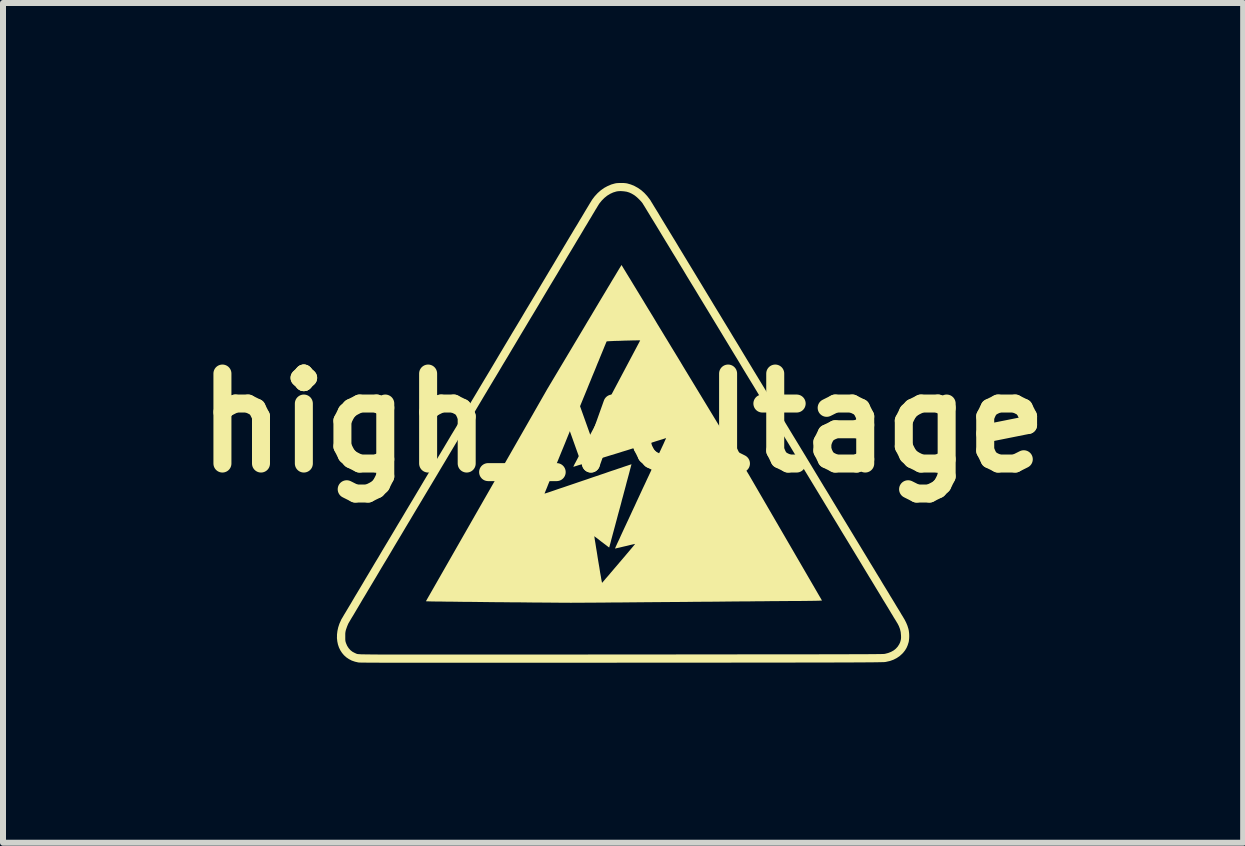
<source format=kicad_pcb>
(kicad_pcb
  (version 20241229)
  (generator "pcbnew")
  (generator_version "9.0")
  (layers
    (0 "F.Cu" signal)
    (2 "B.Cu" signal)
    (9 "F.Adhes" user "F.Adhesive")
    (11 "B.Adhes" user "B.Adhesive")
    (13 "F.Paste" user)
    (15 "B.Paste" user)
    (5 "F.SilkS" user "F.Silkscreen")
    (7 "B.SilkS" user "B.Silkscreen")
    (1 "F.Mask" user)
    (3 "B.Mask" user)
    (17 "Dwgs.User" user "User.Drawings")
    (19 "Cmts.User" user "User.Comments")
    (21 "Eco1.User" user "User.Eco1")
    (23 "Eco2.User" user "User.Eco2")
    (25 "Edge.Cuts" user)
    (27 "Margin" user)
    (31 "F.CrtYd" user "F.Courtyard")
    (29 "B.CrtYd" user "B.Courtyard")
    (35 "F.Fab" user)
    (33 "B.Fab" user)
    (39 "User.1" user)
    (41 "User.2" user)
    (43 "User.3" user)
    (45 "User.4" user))
  (footprint "high_voltage"
    (layer "F.Cu")
    (at 7.336 3.998)
    (property "Reference" "high_voltage" (at 0 0 0) (layer "F.SilkS") (effects (font (size 1.5 1.5) (thickness 0.3))))
    (attr board_only exclude_from_pos_files exclude_from_bom)
    (fp_poly (pts (xy -0.024 -2.627) (xy -0.018 -2.617) (xy -0.008 -2.601) (xy 0.005 -2.579) (xy 0.022 -2.551) (xy 0.043 -2.517) (xy 0.067 -2.477) (xy 0.094 -2.433) (xy 0.125 -2.383) (xy 0.158 -2.328) (xy 0.194 -2.269) (xy 0.233 -2.205) (xy 0.275 -2.136) (xy 0.319 -2.064) (xy 0.365 -1.988) (xy 0.414 -1.907) (xy 0.465 -1.824) (xy 0.518 -1.737) (xy 0.572 -1.646) (xy 0.629 -1.553) (xy 0.687 -1.457) (xy 0.747 -1.359) (xy 0.808 -1.258) (xy 0.871 -1.155) (xy 0.935 -1.05) (xy 0.999 -0.943) (xy 1.036 -0.882) (xy 2.097 0.866) (xy 2.706 1.914) (xy 3.315 2.962) (xy 3.27 2.964) (xy 3.259 2.965) (xy 3.241 2.965) (xy 3.216 2.966) (xy 3.186 2.966) (xy 3.151 2.967) (xy 3.111 2.967) (xy 3.067 2.968) (xy 3.019 2.968) (xy 2.97 2.969) (xy 2.918 2.969) (xy 2.874 2.969) (xy 2.819 2.97) (xy 2.757 2.97) (xy 2.69 2.971) (xy 2.618 2.971) (xy 2.543 2.972) (xy 2.467 2.972) (xy 2.389 2.973) (xy 2.312 2.974) (xy 2.237 2.974) (xy 2.165 2.975) (xy 2.096 2.976) (xy 2.082 2.976) (xy 1.889 2.977) (xy 1.704 2.979) (xy 1.527 2.981) (xy 1.357 2.982) (xy 1.194 2.983) (xy 1.038 2.985) (xy 0.89 2.986) (xy 0.748 2.987) (xy 0.613 2.988) (xy 0.484 2.989) (xy 0.362 2.99) (xy 0.247 2.991) (xy 0.137 2.992) (xy 0.034 2.993) (xy -0.064 2.994) (xy -0.155 2.994) (xy -0.242 2.995) (xy -0.322 2.996) (xy -0.397 2.996) (xy -0.467 2.997) (xy -0.532 2.997) (xy -0.592 2.997) (xy -0.648 2.998) (xy -0.698 2.998) (xy -0.744 2.998) (xy -0.785 2.998) (xy -0.823 2.998) (xy -0.856 2.999) (xy -0.885 2.999) (xy -0.907 2.998) (xy -0.937 2.998) (xy -0.974 2.998) (xy -1.018 2.998) (xy -1.068 2.998) (xy -1.124 2.997) (xy -1.186 2.997) (xy -1.253 2.996) (xy -1.324 2.996) (xy -1.399 2.995) (xy -1.478 2.995) (xy -1.559 2.994) (xy -1.644 2.993) (xy -1.73 2.992) (xy -1.818 2.992) (xy -1.907 2.991) (xy -1.997 2.99) (xy -2.087 2.989) (xy -2.139 2.989) (xy -2.226 2.988) (xy -2.312 2.987) (xy -2.396 2.986) (xy -2.478 2.985) (xy -2.558 2.984) (xy -2.634 2.984) (xy -2.708 2.983) (xy -2.778 2.982) (xy -2.843 2.981) (xy -2.905 2.981) (xy -2.961 2.98) (xy -3.013 2.979) (xy -3.059 2.979) (xy -3.099 2.978) (xy -3.132 2.978) (xy -3.159 2.977) (xy -3.179 2.977) (xy -3.191 2.977) (xy -3.287 2.974) (xy -2.275 1.204) (xy -2.261 1.18) (xy -1.31 1.18) (xy -1.306 1.179) (xy -1.295 1.175) (xy -1.277 1.17) (xy -1.253 1.162) (xy -1.223 1.152) (xy -1.188 1.14) (xy -1.147 1.126) (xy -1.101 1.11) (xy -1.051 1.093) (xy -0.996 1.075) (xy -0.938 1.055) (xy -0.876 1.034) (xy -0.811 1.012) (xy -0.744 0.989) (xy -0.673 0.965) (xy -0.601 0.941) (xy -0.584 0.935) (xy -0.512 0.91) (xy -0.441 0.886) (xy -0.373 0.863) (xy -0.307 0.841) (xy -0.245 0.819) (xy -0.186 0.799) (xy -0.13 0.781) (xy -0.079 0.763) (xy -0.032 0.748) (xy 0.01 0.733) (xy 0.046 0.721) (xy 0.077 0.711) (xy 0.103 0.702) (xy 0.122 0.696) (xy 0.134 0.692) (xy 0.14 0.69) (xy 0.14 0.69) (xy 0.139 0.694) (xy 0.136 0.704) (xy 0.131 0.722) (xy 0.125 0.746) (xy 0.117 0.775) (xy 0.108 0.81) (xy 0.098 0.849) (xy 0.086 0.893) (xy 0.073 0.941) (xy 0.059 0.992) (xy 0.045 1.047) (xy 0.03 1.103) (xy 0.014 1.162) (xy -0.002 1.223) (xy -0.019 1.284) (xy -0.035 1.347) (xy -0.052 1.41) (xy -0.069 1.472) (xy -0.086 1.534) (xy -0.102 1.595) (xy -0.118 1.654) (xy -0.133 1.711) (xy -0.148 1.766) (xy -0.162 1.818) (xy -0.175 1.866) (xy -0.187 1.911) (xy -0.198 1.951) (xy -0.207 1.987) (xy -0.215 2.017) (xy -0.222 2.042) (xy -0.227 2.06) (xy -0.23 2.072) (xy -0.232 2.077) (xy -0.235 2.076) (xy -0.244 2.07) (xy -0.257 2.06) (xy -0.275 2.046) (xy -0.296 2.03) (xy -0.32 2.012) (xy -0.346 1.992) (xy -0.356 1.985) (xy -0.383 1.964) (xy -0.408 1.944) (xy -0.43 1.927) (xy -0.449 1.913) (xy -0.464 1.902) (xy -0.474 1.894) (xy -0.48 1.89) (xy -0.48 1.89) (xy -0.48 1.894) (xy -0.478 1.905) (xy -0.475 1.923) (xy -0.472 1.947) (xy -0.467 1.977) (xy -0.461 2.012) (xy -0.455 2.051) (xy -0.448 2.095) (xy -0.44 2.142) (xy -0.432 2.192) (xy -0.424 2.245) (xy -0.418 2.281) (xy -0.407 2.347) (xy -0.397 2.405) (xy -0.389 2.456) (xy -0.382 2.501) (xy -0.375 2.539) (xy -0.369 2.571) (xy -0.365 2.598) (xy -0.361 2.62) (xy -0.357 2.637) (xy -0.355 2.65) (xy -0.353 2.659) (xy -0.351 2.664) (xy -0.35 2.666) (xy -0.349 2.666) (xy -0.346 2.662) (xy -0.338 2.653) (xy -0.326 2.639) (xy -0.31 2.62) (xy -0.29 2.596) (xy -0.266 2.569) (xy -0.239 2.538) (xy -0.21 2.503) (xy -0.178 2.466) (xy -0.145 2.427) (xy -0.109 2.385) (xy -0.072 2.342) (xy -0.071 2.34) (xy -0.034 2.297) (xy 0.001 2.256) (xy 0.035 2.216) (xy 0.066 2.179) (xy 0.095 2.145) (xy 0.121 2.114) (xy 0.144 2.087) (xy 0.163 2.064) (xy 0.179 2.045) (xy 0.19 2.031) (xy 0.197 2.022) (xy 0.2 2.018) (xy 0.2 2.018) (xy 0.195 2.019) (xy 0.184 2.021) (xy 0.167 2.025) (xy 0.144 2.03) (xy 0.118 2.036) (xy 0.087 2.044) (xy 0.054 2.052) (xy 0.031 2.057) (xy -0.003 2.065) (xy -0.036 2.073) (xy -0.065 2.08) (xy -0.09 2.085) (xy -0.11 2.09) (xy -0.125 2.093) (xy -0.134 2.095) (xy -0.135 2.095) (xy -0.134 2.091) (xy -0.129 2.081) (xy -0.122 2.064) (xy -0.111 2.04) (xy -0.098 2.011) (xy -0.082 1.977) (xy -0.063 1.937) (xy -0.043 1.892) (xy -0.02 1.842) (xy 0.005 1.788) (xy 0.032 1.73) (xy 0.061 1.668) (xy 0.092 1.602) (xy 0.124 1.533) (xy 0.157 1.461) (xy 0.192 1.387) (xy 0.227 1.31) (xy 0.264 1.231) (xy 0.289 1.177) (xy 0.326 1.097) (xy 0.363 1.019) (xy 0.398 0.943) (xy 0.433 0.869) (xy 0.466 0.798) (xy 0.497 0.73) (xy 0.527 0.666) (xy 0.555 0.605) (xy 0.582 0.548) (xy 0.606 0.495) (xy 0.629 0.446) (xy 0.649 0.403) (xy 0.667 0.365) (xy 0.682 0.332) (xy 0.694 0.304) (xy 0.704 0.283) (xy 0.711 0.268) (xy 0.715 0.26) (xy 0.716 0.258) (xy 0.713 0.255) (xy 0.712 0.256) (xy 0.708 0.257) (xy 0.697 0.26) (xy 0.679 0.266) (xy 0.655 0.274) (xy 0.625 0.283) (xy 0.589 0.294) (xy 0.547 0.307) (xy 0.501 0.322) (xy 0.45 0.338) (xy 0.394 0.355) (xy 0.335 0.373) (xy 0.272 0.393) (xy 0.206 0.413) (xy 0.137 0.434) (xy 0.065 0.457) (xy -0.008 0.479) (xy -0.051 0.493) (xy -0.126 0.516) (xy -0.199 0.538) (xy -0.27 0.56) (xy -0.338 0.581) (xy -0.403 0.601) (xy -0.465 0.621) (xy -0.523 0.638) (xy -0.577 0.655) (xy -0.627 0.671) (xy -0.672 0.684) (xy -0.711 0.697) (xy -0.746 0.707) (xy -0.774 0.716) (xy -0.796 0.723) (xy -0.812 0.728) (xy -0.821 0.731) (xy -0.822 0.731) (xy -0.826 0.732) (xy -0.829 0.732) (xy -0.828 0.729) (xy -0.826 0.722) (xy -0.82 0.711) (xy -0.812 0.694) (xy -0.806 0.683) (xy -0.802 0.675) (xy -0.794 0.661) (xy -0.783 0.64) (xy -0.769 0.614) (xy -0.752 0.581) (xy -0.732 0.543) (xy -0.709 0.5) (xy -0.683 0.452) (xy -0.656 0.4) (xy -0.625 0.343) (xy -0.593 0.282) (xy -0.559 0.217) (xy -0.523 0.149) (xy -0.485 0.078) (xy -0.446 0.004) (xy -0.405 -0.072) (xy -0.364 -0.151) (xy -0.321 -0.232) (xy -0.277 -0.314) (xy -0.247 -0.371) (xy 0.285 -1.374) (xy 0.267 -1.375) (xy 0.26 -1.376) (xy 0.246 -1.375) (xy 0.225 -1.375) (xy 0.199 -1.374) (xy 0.168 -1.374) (xy 0.132 -1.373) (xy 0.093 -1.372) (xy 0.051 -1.371) (xy 0.007 -1.37) (xy -0.012 -1.369) (xy -0.065 -1.367) (xy -0.111 -1.366) (xy -0.15 -1.365) (xy -0.183 -1.363) (xy -0.21 -1.362) (xy -0.232 -1.361) (xy -0.248 -1.36) (xy -0.26 -1.359) (xy -0.269 -1.358) (xy -0.273 -1.357) (xy -0.275 -1.356) (xy -0.277 -1.352) (xy -0.282 -1.34) (xy -0.289 -1.323) (xy -0.299 -1.299) (xy -0.312 -1.268) (xy -0.326 -1.233) (xy -0.343 -1.192) (xy -0.362 -1.146) (xy -0.383 -1.095) (xy -0.405 -1.04) (xy -0.43 -0.981) (xy -0.455 -0.918) (xy -0.482 -0.852) (xy -0.511 -0.783) (xy -0.54 -0.711) (xy -0.571 -0.636) (xy -0.602 -0.559) (xy -0.634 -0.481) (xy -0.667 -0.401) (xy -0.7 -0.32) (xy -0.734 -0.237) (xy -0.767 -0.155) (xy -0.801 -0.072) (xy -0.835 0.011) (xy -0.869 0.094) (xy -0.902 0.175) (xy -0.935 0.256) (xy -0.967 0.336) (xy -0.999 0.414) (xy -1.03 0.489) (xy -1.06 0.563) (xy -1.089 0.634) (xy -1.117 0.702) (xy -1.143 0.767) (xy -1.168 0.828) (xy -1.191 0.886) (xy -1.213 0.939) (xy -1.233 0.988) (xy -1.251 1.032) (xy -1.266 1.071) (xy -1.28 1.105) (xy -1.291 1.132) (xy -1.3 1.154) (xy -1.306 1.169) (xy -1.309 1.178) (xy -1.31 1.18) (xy -2.261 1.18) (xy -1.263 -0.565) (xy -0.646 -1.598) (xy -0.597 -1.681) (xy -0.548 -1.762) (xy -0.501 -1.841) (xy -0.455 -1.918) (xy -0.411 -1.992) (xy -0.368 -2.064) (xy -0.327 -2.132) (xy -0.288 -2.197) (xy -0.251 -2.259) (xy -0.216 -2.317) (xy -0.184 -2.371) (xy -0.154 -2.42) (xy -0.127 -2.465) (xy -0.103 -2.505) (xy -0.082 -2.54) (xy -0.064 -2.57) (xy -0.049 -2.594) (xy -0.038 -2.612) (xy -0.031 -2.624) (xy -0.027 -2.63) (xy -0.027 -2.63)) (stroke (width 0) (type solid)) (fill yes) (layer "F.SilkS"))
    (fp_poly (pts (xy -0.014 -3.998) (xy 0.018 -3.997) (xy 0.046 -3.994) (xy 0.066 -3.991) (xy 0.129 -3.973) (xy 0.189 -3.948) (xy 0.247 -3.916) (xy 0.302 -3.878) (xy 0.353 -3.833) (xy 0.401 -3.781) (xy 0.445 -3.724) (xy 0.455 -3.71) (xy 0.458 -3.705) (xy 0.464 -3.694) (xy 0.475 -3.676) (xy 0.49 -3.652) (xy 0.508 -3.622) (xy 0.53 -3.586) (xy 0.556 -3.544) (xy 0.585 -3.497) (xy 0.617 -3.443) (xy 0.652 -3.385) (xy 0.691 -3.321) (xy 0.733 -3.252) (xy 0.778 -3.178) (xy 0.826 -3.099) (xy 0.877 -3.016) (xy 0.93 -2.927) (xy 0.986 -2.835) (xy 1.045 -2.738) (xy 1.106 -2.637) (xy 1.17 -2.532) (xy 1.236 -2.423) (xy 1.304 -2.311) (xy 1.374 -2.195) (xy 1.447 -2.075) (xy 1.521 -1.952) (xy 1.598 -1.826) (xy 1.676 -1.697) (xy 1.756 -1.566) (xy 1.837 -1.431) (xy 1.921 -1.294) (xy 2.005 -1.154) (xy 2.091 -1.012) (xy 2.178 -0.868) (xy 2.267 -0.722) (xy 2.357 -0.574) (xy 2.447 -0.425) (xy 2.539 -0.273) (xy 2.555 -0.246) (xy 2.647 -0.095) (xy 2.738 0.055) (xy 2.828 0.204) (xy 2.917 0.35) (xy 3.005 0.495) (xy 3.091 0.637) (xy 3.176 0.778) (xy 3.259 0.915) (xy 3.341 1.051) (xy 3.422 1.183) (xy 3.5 1.313) (xy 3.577 1.44) (xy 3.652 1.564) (xy 3.725 1.684) (xy 3.796 1.801) (xy 3.865 1.915) (xy 3.932 2.025) (xy 3.996 2.131) (xy 4.058 2.233) (xy 4.117 2.331) (xy 4.174 2.424) (xy 4.228 2.514) (xy 4.28 2.598) (xy 4.328 2.679) (xy 4.374 2.754) (xy 4.417 2.824) (xy 4.456 2.89) (xy 4.493 2.95) (xy 4.526 3.004) (xy 4.555 3.053) (xy 4.582 3.097) (xy 4.605 3.134) (xy 4.624 3.166) (xy 4.639 3.192) (xy 4.651 3.211) (xy 4.659 3.224) (xy 4.663 3.23) (xy 4.663 3.231) (xy 4.694 3.283) (xy 4.719 3.333) (xy 4.739 3.381) (xy 4.754 3.429) (xy 4.761 3.458) (xy 4.765 3.487) (xy 4.768 3.519) (xy 4.769 3.554) (xy 4.768 3.589) (xy 4.765 3.621) (xy 4.761 3.649) (xy 4.759 3.657) (xy 4.743 3.708) (xy 4.724 3.752) (xy 4.699 3.793) (xy 4.669 3.831) (xy 4.653 3.848) (xy 4.609 3.888) (xy 4.56 3.921) (xy 4.507 3.948) (xy 4.449 3.969) (xy 4.387 3.983) (xy 4.371 3.986) (xy 4.367 3.986) (xy 4.362 3.987) (xy 4.357 3.987) (xy 4.35 3.988) (xy 4.342 3.988) (xy 4.332 3.989) (xy 4.321 3.989) (xy 4.308 3.989) (xy 4.293 3.99) (xy 4.276 3.99) (xy 4.257 3.99) (xy 4.236 3.991) (xy 4.213 3.991) (xy 4.187 3.991) (xy 4.158 3.992) (xy 4.127 3.992) (xy 4.093 3.992) (xy 4.056 3.992) (xy 4.016 3.993) (xy 3.972 3.993) (xy 3.925 3.993) (xy 3.875 3.993) (xy 3.821 3.994) (xy 3.763 3.994) (xy 3.702 3.994) (xy 3.636 3.994) (xy 3.566 3.994) (xy 3.492 3.995) (xy 3.414 3.995) (xy 3.331 3.995) (xy 3.243 3.995) (xy 3.151 3.995) (xy 3.054 3.995) (xy 2.952 3.995) (xy 2.844 3.996) (xy 2.732 3.996) (xy 2.613 3.996) (xy 2.49 3.996) (xy 2.36 3.996) (xy 2.225 3.996) (xy 2.084 3.996) (xy 1.937 3.996) (xy 1.784 3.997) (xy 1.624 3.997) (xy 1.458 3.997) (xy 1.286 3.997) (xy 1.106 3.997) (xy 0.92 3.997) (xy 0.727 3.997) (xy 0.527 3.997) (xy 0.32 3.997) (xy 0.105 3.997) (xy -0.117 3.998) (xy -0.346 3.998) (xy -0.553 3.998) (xy -0.764 3.998) (xy -0.968 3.998) (xy -1.164 3.998) (xy -1.352 3.998) (xy -1.533 3.998) (xy -1.707 3.998) (xy -1.874 3.998) (xy -2.035 3.998) (xy -2.188 3.998) (xy -2.335 3.998) (xy -2.475 3.998) (xy -2.61 3.998) (xy -2.738 3.998) (xy -2.86 3.998) (xy -2.976 3.998) (xy -3.086 3.998) (xy -3.191 3.998) (xy -3.29 3.998) (xy -3.384 3.998) (xy -3.473 3.998) (xy -3.557 3.998) (xy -3.636 3.998) (xy -3.71 3.998) (xy -3.779 3.998) (xy -3.844 3.998) (xy -3.905 3.998) (xy -3.961 3.998) (xy -4.013 3.998) (xy -4.061 3.998) (xy -4.106 3.997) (xy -4.147 3.997) (xy -4.184 3.997) (xy -4.218 3.997) (xy -4.249 3.997) (xy -4.276 3.997) (xy -4.301 3.996) (xy -4.322 3.996) (xy -4.341 3.996) (xy -4.358 3.996) (xy -4.372 3.996) (xy -4.384 3.995) (xy -4.393 3.995) (xy -4.401 3.995) (xy -4.407 3.994) (xy -4.411 3.994) (xy -4.413 3.994) (xy -4.469 3.981) (xy -4.522 3.963) (xy -4.57 3.938) (xy -4.613 3.909) (xy -4.652 3.874) (xy -4.685 3.835) (xy -4.713 3.792) (xy -4.736 3.745) (xy -4.753 3.695) (xy -4.764 3.642) (xy -4.77 3.586) (xy -4.769 3.564) (xy -4.631 3.564) (xy -4.631 3.589) (xy -4.631 3.608) (xy -4.63 3.623) (xy -4.629 3.634) (xy -4.627 3.645) (xy -4.624 3.655) (xy -4.62 3.668) (xy -4.619 3.671) (xy -4.6 3.716) (xy -4.575 3.755) (xy -4.546 3.788) (xy -4.512 3.815) (xy -4.472 3.836) (xy -4.461 3.841) (xy -4.458 3.842) (xy -4.454 3.844) (xy -4.451 3.845) (xy -4.448 3.847) (xy -4.445 3.848) (xy -4.442 3.849) (xy -4.438 3.851) (xy -4.434 3.852) (xy -4.429 3.853) (xy -4.422 3.854) (xy -4.415 3.855) (xy -4.405 3.855) (xy -4.395 3.856) (xy -4.382 3.857) (xy -4.367 3.858) (xy -4.35 3.858) (xy -4.33 3.859) (xy -4.307 3.859) (xy -4.282 3.86) (xy -4.253 3.86) (xy -4.221 3.86) (xy -4.186 3.861) (xy -4.147 3.861) (xy -4.104 3.861) (xy -4.056 3.862) (xy -4.005 3.862) (xy -3.948 3.862) (xy -3.887 3.862) (xy -3.821 3.862) (xy -3.75 3.862) (xy -3.673 3.862) (xy -3.591 3.862) (xy -3.503 3.862) (xy -3.409 3.862) (xy -3.309 3.862) (xy -3.203 3.862) (xy -3.09 3.862) (xy -2.97 3.862) (xy -2.843 3.862) (xy -2.708 3.862) (xy -2.567 3.862) (xy -2.43 3.862) (xy -2.303 3.862) (xy -2.168 3.862) (xy -2.027 3.862) (xy -1.88 3.862) (xy -1.726 3.862) (xy -1.568 3.862) (xy -1.405 3.862) (xy -1.237 3.862) (xy -1.066 3.862) (xy -0.891 3.862) (xy -0.714 3.862) (xy -0.535 3.861) (xy -0.354 3.861) (xy -0.172 3.861) (xy 0.01 3.861) (xy 0.193 3.861) (xy 0.375 3.861) (xy 0.557 3.861) (xy 0.737 3.861) (xy 0.915 3.86) (xy 1.09 3.86) (xy 1.263 3.86) (xy 1.432 3.86) (xy 1.597 3.86) (xy 1.757 3.86) (xy 1.912 3.859) (xy 1.928 3.859) (xy 2.093 3.859) (xy 2.251 3.859) (xy 2.401 3.859) (xy 2.544 3.859) (xy 2.68 3.858) (xy 2.808 3.858) (xy 2.931 3.858) (xy 3.046 3.858) (xy 3.155 3.858) (xy 3.258 3.858) (xy 3.355 3.857) (xy 3.447 3.857) (xy 3.532 3.857) (xy 3.612 3.857) (xy 3.687 3.857) (xy 3.757 3.857) (xy 3.822 3.856) (xy 3.882 3.856) (xy 3.937 3.856) (xy 3.988 3.856) (xy 4.035 3.856) (xy 4.078 3.856) (xy 4.117 3.855) (xy 4.152 3.855) (xy 4.184 3.855) (xy 4.212 3.855) (xy 4.238 3.854) (xy 4.26 3.854) (xy 4.28 3.854) (xy 4.297 3.854) (xy 4.312 3.853) (xy 4.325 3.853) (xy 4.335 3.853) (xy 4.344 3.852) (xy 4.351 3.852) (xy 4.356 3.851) (xy 4.36 3.851) (xy 4.363 3.851) (xy 4.365 3.85) (xy 4.419 3.836) (xy 4.467 3.817) (xy 4.51 3.793) (xy 4.546 3.764) (xy 4.577 3.73) (xy 4.602 3.691) (xy 4.604 3.687) (xy 4.617 3.659) (xy 4.625 3.632) (xy 4.631 3.605) (xy 4.633 3.575) (xy 4.632 3.541) (xy 4.627 3.488) (xy 4.615 3.437) (xy 4.596 3.387) (xy 4.57 3.337) (xy 4.567 3.333) (xy 4.564 3.329) (xy 4.558 3.318) (xy 4.547 3.3) (xy 4.533 3.277) (xy 4.514 3.247) (xy 4.493 3.211) (xy 4.467 3.169) (xy 4.439 3.122) (xy 4.407 3.069) (xy 4.371 3.01) (xy 4.332 2.947) (xy 4.291 2.878) (xy 4.246 2.804) (xy 4.198 2.725) (xy 4.148 2.642) (xy 4.094 2.554) (xy 4.038 2.461) (xy 3.98 2.365) (xy 3.919 2.264) (xy 3.855 2.159) (xy 3.789 2.05) (xy 3.721 1.938) (xy 3.65 1.822) (xy 3.578 1.702) (xy 3.503 1.579) (xy 3.427 1.453) (xy 3.349 1.324) (xy 3.269 1.192) (xy 3.187 1.057) (xy 3.104 0.92) (xy 3.019 0.78) (xy 2.933 0.638) (xy 2.845 0.493) (xy 2.757 0.347) (xy 2.667 0.199) (xy 2.576 0.049) (xy 2.484 -0.103) (xy 2.448 -0.163) (xy 2.355 -0.315) (xy 2.264 -0.466) (xy 2.174 -0.615) (xy 2.084 -0.762) (xy 1.996 -0.907) (xy 1.91 -1.05) (xy 1.824 -1.191) (xy 1.74 -1.33) (xy 1.658 -1.465) (xy 1.577 -1.599) (xy 1.498 -1.729) (xy 1.421 -1.856) (xy 1.345 -1.981) (xy 1.272 -2.101) (xy 1.201 -2.219) (xy 1.131 -2.333) (xy 1.064 -2.443) (xy 1 -2.55) (xy 0.937 -2.653) (xy 0.878 -2.751) (xy 0.82 -2.845) (xy 0.766 -2.935) (xy 0.714 -3.02) (xy 0.665 -3.101) (xy 0.619 -3.177) (xy 0.576 -3.248) (xy 0.536 -3.314) (xy 0.499 -3.374) (xy 0.465 -3.429) (xy 0.435 -3.479) (xy 0.408 -3.523) (xy 0.385 -3.561) (xy 0.365 -3.594) (xy 0.349 -3.62) (xy 0.336 -3.64) (xy 0.328 -3.654) (xy 0.323 -3.661) (xy 0.323 -3.662) (xy 0.303 -3.687) (xy 0.279 -3.713) (xy 0.253 -3.739) (xy 0.227 -3.763) (xy 0.201 -3.784) (xy 0.186 -3.795) (xy 0.144 -3.82) (xy 0.103 -3.839) (xy 0.061 -3.852) (xy 0.016 -3.859) (xy -0.022 -3.862) (xy -0.046 -3.863) (xy -0.065 -3.862) (xy -0.082 -3.861) (xy -0.097 -3.859) (xy -0.113 -3.856) (xy -0.166 -3.84) (xy -0.216 -3.817) (xy -0.265 -3.787) (xy -0.311 -3.75) (xy -0.355 -3.706) (xy -0.395 -3.657) (xy -0.406 -3.64) (xy -0.409 -3.635) (xy -0.416 -3.624) (xy -0.427 -3.606) (xy -0.441 -3.582) (xy -0.46 -3.552) (xy -0.481 -3.516) (xy -0.506 -3.475) (xy -0.534 -3.427) (xy -0.566 -3.375) (xy -0.6 -3.317) (xy -0.638 -3.255) (xy -0.678 -3.187) (xy -0.721 -3.115) (xy -0.767 -3.039) (xy -0.815 -2.958) (xy -0.866 -2.873) (xy -0.92 -2.784) (xy -0.975 -2.691) (xy -1.033 -2.595) (xy -1.092 -2.495) (xy -1.154 -2.392) (xy -1.218 -2.286) (xy -1.283 -2.177) (xy -1.35 -2.065) (xy -1.418 -1.95) (xy -1.488 -1.833) (xy -1.56 -1.714) (xy -1.632 -1.593) (xy -1.706 -1.47) (xy -1.78 -1.345) (xy -1.856 -1.218) (xy -1.932 -1.09) (xy -2.01 -0.961) (xy -2.087 -0.831) (xy -2.166 -0.7) (xy -2.245 -0.568) (xy -2.324 -0.436) (xy -2.403 -0.303) (xy -2.482 -0.17) (xy -2.562 -0.037) (xy -2.641 0.096) (xy -2.72 0.228) (xy -2.799 0.36) (xy -2.878 0.492) (xy -2.955 0.622) (xy -3.033 0.752) (xy -3.109 0.88) (xy -3.185 1.007) (xy -3.26 1.132) (xy -3.334 1.256) (xy -3.407 1.378) (xy -3.479 1.498) (xy -3.549 1.616) (xy -3.618 1.731) (xy -3.685 1.844) (xy -3.751 1.954) (xy -3.815 2.061) (xy -3.877 2.166) (xy -3.937 2.267) (xy -3.996 2.364) (xy -4.052 2.458) (xy -4.105 2.548) (xy -4.157 2.635) (xy -4.206 2.717) (xy -4.253 2.795) (xy -4.296 2.868) (xy -4.338 2.937) (xy -4.376 3.002) (xy -4.411 3.061) (xy -4.443 3.115) (xy -4.472 3.164) (xy -4.498 3.208) (xy -4.521 3.245) (xy -4.54 3.277) (xy -4.555 3.303) (xy -4.567 3.323) (xy -4.575 3.337) (xy -4.579 3.344) (xy -4.58 3.345) (xy -4.599 3.39) (xy -4.617 3.441) (xy -4.623 3.461) (xy -4.626 3.475) (xy -4.628 3.487) (xy -4.63 3.501) (xy -4.631 3.517) (xy -4.631 3.538) (xy -4.631 3.564) (xy -4.769 3.564) (xy -4.769 3.529) (xy -4.762 3.47) (xy -4.749 3.41) (xy -4.729 3.349) (xy -4.702 3.289) (xy -4.7 3.284) (xy -4.698 3.279) (xy -4.691 3.267) (xy -4.68 3.249) (xy -4.666 3.225) (xy -4.648 3.194) (xy -4.626 3.158) (xy -4.601 3.116) (xy -4.573 3.069) (xy -4.541 3.016) (xy -4.507 2.958) (xy -4.47 2.895) (xy -4.429 2.827) (xy -4.386 2.755) (xy -4.34 2.678) (xy -4.292 2.596) (xy -4.241 2.511) (xy -4.188 2.422) (xy -4.132 2.328) (xy -4.074 2.232) (xy -4.015 2.131) (xy -3.953 2.028) (xy -3.889 1.921) (xy -3.824 1.812) (xy -3.757 1.699) (xy -3.688 1.585) (xy -3.618 1.467) (xy -3.547 1.348) (xy -3.474 1.226) (xy -3.4 1.102) (xy -3.326 0.977) (xy -3.25 0.85) (xy -3.173 0.722) (xy -3.096 0.592) (xy -3.018 0.462) (xy -2.94 0.331) (xy -2.861 0.198) (xy -2.781 0.066) (xy -2.702 -0.067) (xy -2.622 -0.201) (xy -2.543 -0.334) (xy -2.463 -0.467) (xy -2.384 -0.6) (xy -2.305 -0.732) (xy -2.226 -0.863) (xy -2.148 -0.994) (xy -2.071 -1.124) (xy -1.994 -1.253) (xy -1.918 -1.38) (xy -1.843 -1.506) (xy -1.768 -1.63) (xy -1.695 -1.752) (xy -1.624 -1.872) (xy -1.553 -1.99) (xy -1.484 -2.105) (xy -1.416 -2.218) (xy -1.35 -2.329) (xy -1.286 -2.436) (xy -1.224 -2.54) (xy -1.163 -2.641) (xy -1.105 -2.739) (xy -1.049 -2.833) (xy -0.995 -2.923) (xy -0.943 -3.01) (xy -0.894 -3.092) (xy -0.847 -3.17) (xy -0.803 -3.244) (xy -0.761 -3.312) (xy -0.723 -3.377) (xy -0.687 -3.436) (xy -0.655 -3.49) (xy -0.626 -3.539) (xy -0.6 -3.582) (xy -0.577 -3.62) (xy -0.558 -3.652) (xy -0.542 -3.678) (xy -0.53 -3.697) (xy -0.522 -3.711) (xy -0.517 -3.718) (xy -0.517 -3.719) (xy -0.473 -3.777) (xy -0.424 -3.83) (xy -0.372 -3.876) (xy -0.317 -3.915) (xy -0.258 -3.947) (xy -0.197 -3.973) (xy -0.133 -3.991) (xy -0.132 -3.991) (xy -0.109 -3.995) (xy -0.08 -3.997) (xy -0.047 -3.998)) (stroke (width 0) (type solid)) (fill yes) (layer "F.SilkS")))
  (gr_rect
    (start -3 -3)
    (end 17.671 10.997)
    (stroke (width 0.1) (type default))
    (fill no)
    (layer "Edge.Cuts")))
</source>
